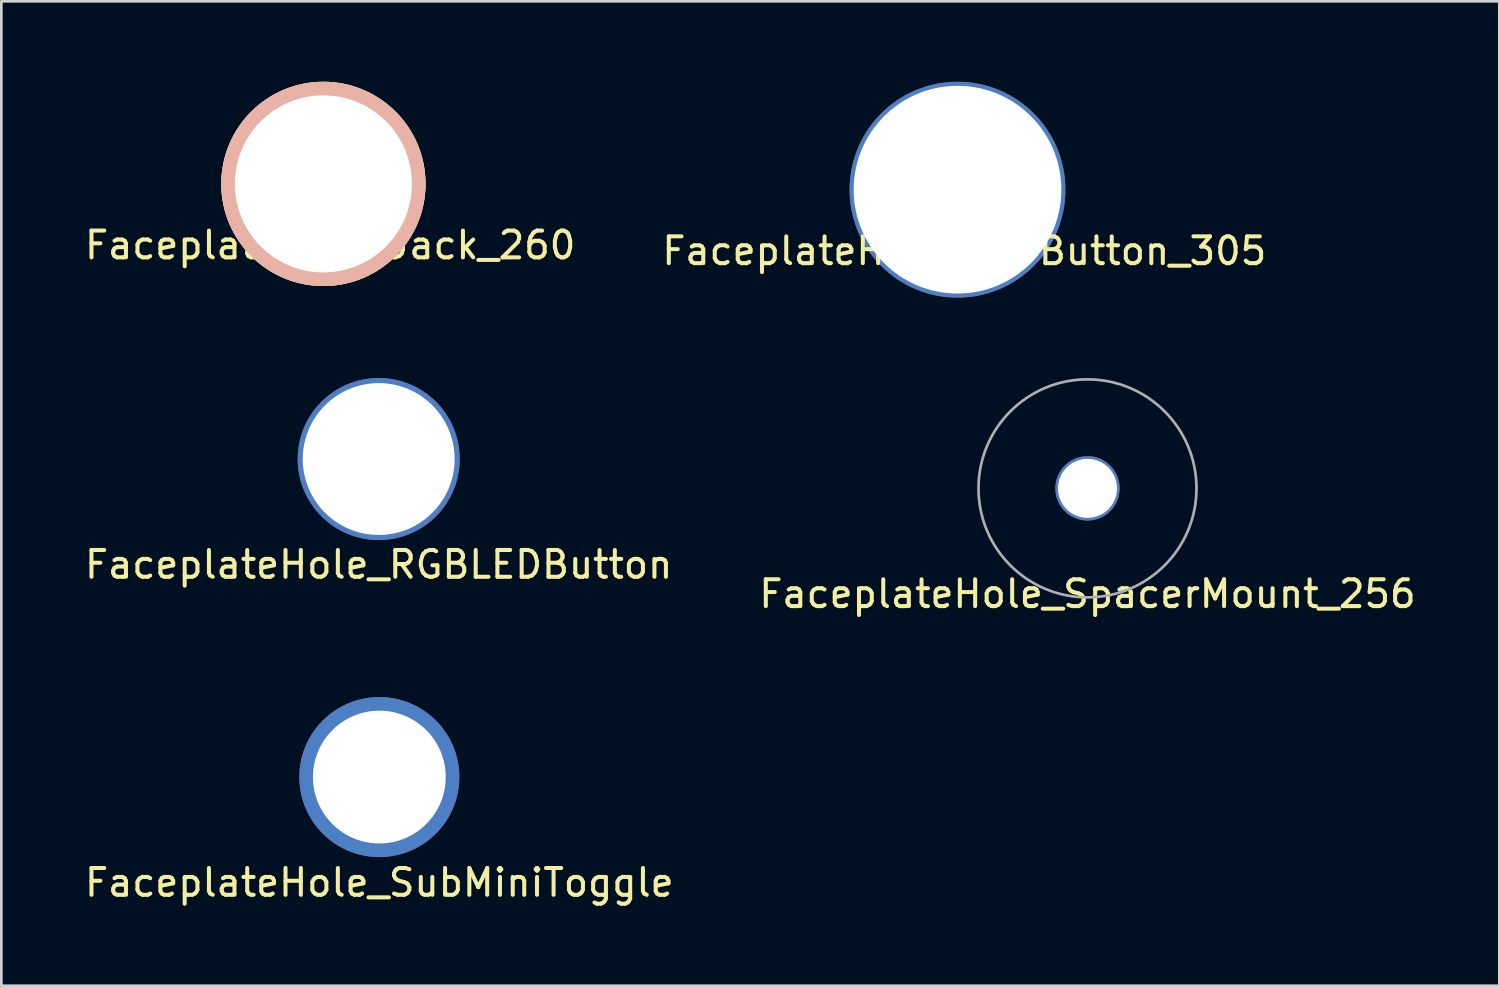
<source format=kicad_pcb>
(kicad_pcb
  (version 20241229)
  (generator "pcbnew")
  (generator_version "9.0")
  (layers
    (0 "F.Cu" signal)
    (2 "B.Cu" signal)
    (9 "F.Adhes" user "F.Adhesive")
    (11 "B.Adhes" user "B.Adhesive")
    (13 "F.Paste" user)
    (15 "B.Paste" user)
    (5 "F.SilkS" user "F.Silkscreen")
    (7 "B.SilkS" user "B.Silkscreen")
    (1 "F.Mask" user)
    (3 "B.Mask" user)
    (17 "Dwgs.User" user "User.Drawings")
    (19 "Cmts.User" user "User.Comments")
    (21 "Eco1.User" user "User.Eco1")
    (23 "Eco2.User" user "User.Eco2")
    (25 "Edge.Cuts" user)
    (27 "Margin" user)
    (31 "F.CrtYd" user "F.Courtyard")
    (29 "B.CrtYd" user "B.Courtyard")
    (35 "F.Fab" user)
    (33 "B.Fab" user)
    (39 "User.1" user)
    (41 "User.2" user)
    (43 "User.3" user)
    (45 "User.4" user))
  (footprint "FaceplateHole_LEDButton_305"
    (layer "F.Cu")
    (at 32.669 4.026)
    (property "Reference" "FaceplateHole_LEDButton_305" (at 0.254 2.286 0) (layer "F.SilkS") (effects (font (size 1 1) (thickness 0.15))))
    (attr through_hole)
    (fp_line (start -0.508 0) (end 0.508 0) (stroke (width 0.15) (type solid)) (layer "F.Fab"))
    (fp_line (start 0 -0.508) (end 0 0.508) (stroke (width 0.15) (type solid)) (layer "F.Fab"))
    (pad "1" thru_hole circle (at 0 0) (size 8.052 8.052) (drill 7.747) (layers "*.Cu" "*.Mask")))
  (footprint "FaceplateHole_Jack_260"
    (layer "F.Cu")
    (at 9.014 3.81)
    (property "Reference" "FaceplateHole_Jack_260" (at 0.254 2.286 0) (layer "F.SilkS") (effects (font (size 1 1) (thickness 0.15))))
    (attr through_hole)
    (fp_line (start -0.508 0) (end 0.508 0) (stroke (width 0.15) (type solid)) (layer "F.Fab"))
    (fp_line (start 0 -0.508) (end 0 0.508) (stroke (width 0.15) (type solid)) (layer "F.Fab"))
    (pad "1" thru_hole circle (at 0 0) (size 7.62 7.62) (drill 6.604) (layers "*.Cu" "*.SilkS")))
  (footprint "FaceplateHole_SpacerMount_256"
    (layer "F.Cu")
    (at 37.518 15.168)
    (property "Reference" "FaceplateHole_SpacerMount_256" (at 0 3.937 0) (layer "F.SilkS") (effects (font (size 1 1) (thickness 0.15))))
    (attr through_hole)
    (fp_line (start -0.508 0) (end 0.508 0) (stroke (width 0.15) (type solid)) (layer "F.Fab"))
    (fp_line (start 0 -0.508) (end 0 0.508) (stroke (width 0.15) (type solid)) (layer "F.Fab"))
    (fp_circle (center 0 0) (end -4.064 -0.127) (stroke (width 0.1) (type solid)) (fill no) (layer "F.Fab"))
    (pad "1" thru_hole circle (at 0 0 90) (size 2.4 2.4) (drill 2.2) (layers "*.Cu" "*.Mask")))
  (footprint "FaceplateHole_RGBLEDButton"
    (layer "F.Cu")
    (at 11.077 14.074)
    (property "Reference" "FaceplateHole_RGBLEDButton" (at 0 3.937 0) (layer "F.SilkS") (effects (font (size 1 1) (thickness 0.15))))
    (attr through_hole)
    (fp_line (start -0.508 0) (end 0.508 0) (stroke (width 0.15) (type solid)) (layer "F.Fab"))
    (fp_line (start 0 -0.508) (end 0 0.508) (stroke (width 0.15) (type solid)) (layer "F.Fab"))
    (pad "1" thru_hole circle (at 0 0) (size 6.045 6.045) (drill 5.664) (layers "*.Cu")))
  (footprint "FaceplateHole_SubMiniToggle"
    (layer "F.Cu")
    (at 11.101 25.938)
    (property "Reference" "FaceplateHole_SubMiniToggle" (at 0 3.937 0) (layer "F.SilkS") (effects (font (size 1 1) (thickness 0.15))))
    (attr through_hole)
    (fp_line (start -0.508 0) (end 0.508 0) (stroke (width 0.15) (type solid)) (layer "F.Fab"))
    (fp_line (start 0 -0.508) (end 0 0.508) (stroke (width 0.15) (type solid)) (layer "F.Fab"))
    (pad "1" thru_hole circle (at 0 0) (size 5.969 5.969) (drill 4.953) (layers "*.Cu" "*.Mask")))
  (gr_rect
    (start -3 -3)
    (end 52.881 33.723)
    (stroke (width 0.1) (type default))
    (fill no)
    (layer "Edge.Cuts")))
</source>
